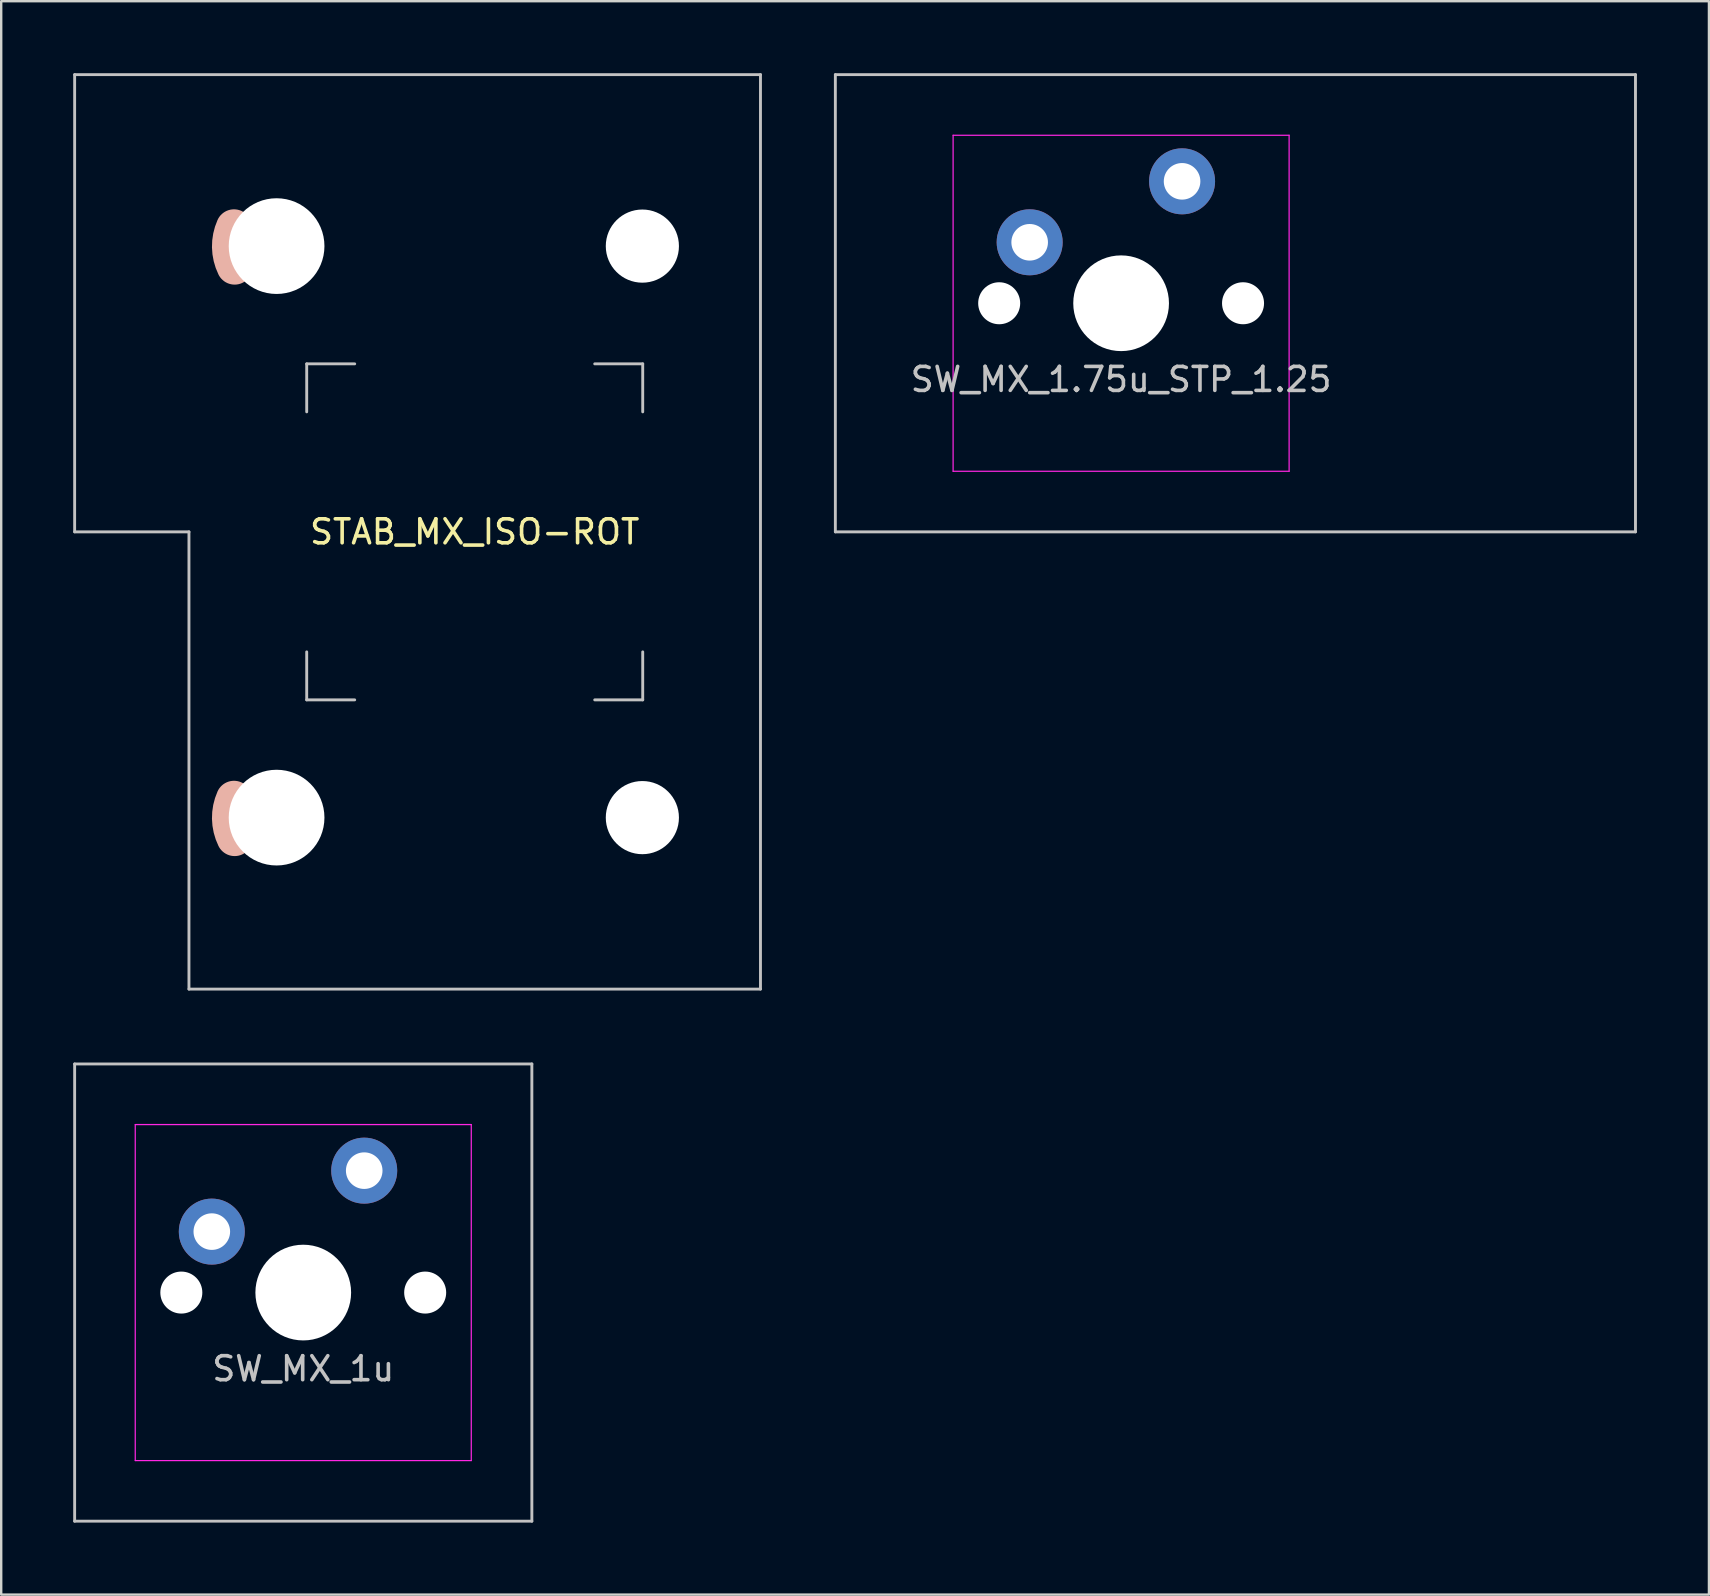
<source format=kicad_pcb>
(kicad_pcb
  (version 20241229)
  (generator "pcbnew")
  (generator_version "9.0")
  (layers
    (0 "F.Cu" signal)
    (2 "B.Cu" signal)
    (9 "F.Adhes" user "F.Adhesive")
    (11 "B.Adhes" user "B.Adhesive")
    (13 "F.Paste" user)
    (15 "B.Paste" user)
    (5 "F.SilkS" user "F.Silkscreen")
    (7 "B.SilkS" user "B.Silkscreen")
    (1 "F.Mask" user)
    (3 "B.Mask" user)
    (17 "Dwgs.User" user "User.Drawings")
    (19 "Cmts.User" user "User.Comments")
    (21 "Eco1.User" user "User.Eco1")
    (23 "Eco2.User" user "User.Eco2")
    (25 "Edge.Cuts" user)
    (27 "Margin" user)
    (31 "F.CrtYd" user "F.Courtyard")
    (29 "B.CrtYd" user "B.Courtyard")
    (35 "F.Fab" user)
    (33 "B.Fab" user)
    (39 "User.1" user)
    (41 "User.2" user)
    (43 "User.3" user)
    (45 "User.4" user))
  (footprint "STAB_MX_ISO-ROT"
    (layer "F.Cu")
    (at 16.729 19.11)
    (property "Reference" "STAB_MX_ISO-ROT" (at 0 0 0) (layer "F.SilkS") (effects (font (size 1 1) (thickness 0.15))))
    (attr through_hole exclude_from_pos_files exclude_from_bom)
    (fp_circle (center 6.985 -11.906) (end 8.485 -11.906) (stroke (width 1) (type solid)) (fill no) (layer "B.Mask"))
    (fp_circle (center 6.985 11.906) (end 8.485 11.906) (stroke (width 1) (type solid)) (fill no) (layer "B.Mask"))
    (fp_arc (start -10.002042 -11.051161) (mid -10.197561 -11.866911) (end -10.03001 -12.688861) (stroke (width 1.5) (type default)) (layer "B.SilkS"))
    (fp_arc (start -10.002042 12.758839) (mid -10.197561 11.943089) (end -10.03001 11.121139) (stroke (width 1.5) (type default)) (layer "B.SilkS"))
    (fp_line (start -16.669 -19.05) (end -16.669 0) (stroke (width 0.12) (type solid)) (layer "Dwgs.User"))
    (fp_line (start -16.669 0) (end -11.906 0) (stroke (width 0.12) (type solid)) (layer "Dwgs.User"))
    (fp_line (start -11.906 0) (end -11.906 19.05) (stroke (width 0.12) (type solid)) (layer "Dwgs.User"))
    (fp_line (start -11.906 19.05) (end 11.906 19.05) (stroke (width 0.12) (type solid)) (layer "Dwgs.User"))
    (fp_line (start -7 -7) (end -5 -7) (stroke (width 0.12) (type solid)) (layer "Dwgs.User"))
    (fp_line (start -7 -5) (end -7 -7) (stroke (width 0.12) (type solid)) (layer "Dwgs.User"))
    (fp_line (start -7 7) (end -7 5) (stroke (width 0.12) (type solid)) (layer "Dwgs.User"))
    (fp_line (start -5 7) (end -7 7) (stroke (width 0.12) (type solid)) (layer "Dwgs.User"))
    (fp_line (start 7 -7) (end 5 -7) (stroke (width 0.12) (type solid)) (layer "Dwgs.User"))
    (fp_line (start 7 -5) (end 7 -7) (stroke (width 0.12) (type solid)) (layer "Dwgs.User"))
    (fp_line (start 7 5) (end 7 7) (stroke (width 0.12) (type solid)) (layer "Dwgs.User"))
    (fp_line (start 7 7) (end 5 7) (stroke (width 0.12) (type solid)) (layer "Dwgs.User"))
    (fp_line (start 11.906 -19.05) (end -16.669 -19.05) (stroke (width 0.12) (type solid)) (layer "Dwgs.User"))
    (fp_line (start 11.906 19.05) (end 11.906 -19.05) (stroke (width 0.12) (type solid)) (layer "Dwgs.User"))
    (fp_line (start -8 -14.781) (end -8 -9.031) (stroke (width 0.05) (type solid)) (layer "Eco2.User"))
    (fp_line (start -8 9.031) (end -8 14.781) (stroke (width 0.05) (type solid)) (layer "Eco2.User"))
    (fp_line (start 5.5 -15.281) (end -7.5 -15.281) (stroke (width 0.05) (type solid)) (layer "Eco2.User"))
    (fp_line (start 5.5 -8.531) (end -7.5 -8.531) (stroke (width 0.05) (type solid)) (layer "Eco2.User"))
    (fp_line (start 5.5 8.531) (end -7.5 8.531) (stroke (width 0.05) (type solid)) (layer "Eco2.User"))
    (fp_line (start 5.5 15.28) (end -7.5 15.281) (stroke (width 0.05) (type solid)) (layer "Eco2.User"))
    (fp_line (start 6 -14.781) (end 6 -9.031) (stroke (width 0.05) (type solid)) (layer "Eco2.User"))
    (fp_line (start 6 9.031) (end 6 14.78) (stroke (width 0.05) (type solid)) (layer "Eco2.User"))
    (fp_arc (start -8.000001 -14.78125) (mid -7.853554 -15.134803) (end -7.500001 -15.28125) (stroke (width 0.05) (type solid)) (layer "Eco2.User"))
    (fp_arc (start -8.000001 9.03125) (mid -7.853554 8.677697) (end -7.500001 8.53125) (stroke (width 0.05) (type solid)) (layer "Eco2.User"))
    (fp_arc (start -7.500001 -8.53125) (mid -7.853554 -8.677697) (end -8.000001 -9.03125) (stroke (width 0.05) (type solid)) (layer "Eco2.User"))
    (fp_arc (start -7.500001 15.28125) (mid -7.853554 15.134803) (end -8.000001 14.78125) (stroke (width 0.05) (type solid)) (layer "Eco2.User"))
    (fp_arc (start 5.499999 -15.28125) (mid 5.853552 -15.134803) (end 5.999999 -14.78125) (stroke (width 0.05) (type solid)) (layer "Eco2.User"))
    (fp_arc (start 5.499999 8.53125) (mid 5.853552 8.677697) (end 5.999999 9.03125) (stroke (width 0.05) (type solid)) (layer "Eco2.User"))
    (fp_arc (start 5.999999 -9.03125) (mid 5.853552 -8.677697) (end 5.499999 -8.53125) (stroke (width 0.05) (type solid)) (layer "Eco2.User"))
    (fp_arc (start 5.999999 14.780039) (mid 5.853552 15.133592) (end 5.499999 15.280039) (stroke (width 0.05) (type solid)) (layer "Eco2.User"))
    (pad "" np_thru_hole circle (at -8.255 -11.906 270) (size 3.988 3.988) (drill 3.988) (layers "*.Cu" "*.Mask"))
    (pad "" np_thru_hole circle (at -8.255 11.906 270) (size 3.988 3.988) (drill 3.988) (layers "*.Cu" "*.Mask"))
    (pad "" np_thru_hole circle (at 6.985 -11.906 270) (size 3.048 3.048) (drill 3.048) (layers "*.Cu" "*.Mask"))
    (pad "" np_thru_hole circle (at 6.985 11.906 270) (size 3.048 3.048) (drill 3.048) (layers "*.Cu" "*.Mask"))
    (zone (net_name "") (layer "B.Cu") (hatch edge 0.5) (connect_pads) (min_thickness 0.25) (filled_areas_thickness no) (keepout (tracks allowed) (vias allowed) (pads allowed) (copperpour not_allowed) (footprints allowed)) (placement (enabled no)) (fill) (polygon (pts (xy 25.214 7.204) (xy 25.193 6.957) (xy 25.132 6.717) (xy 25.033 6.49) (xy 24.897 6.282) (xy 24.73 6.1) (xy 24.534 5.948) (xy 24.316 5.83) (xy 24.082 5.75) (xy 23.838 5.709) (xy 23.59 5.709) (xy 23.346 5.75) (xy 23.111 5.83) (xy 22.893 5.948) (xy 22.698 6.1) (xy 22.53 6.282) (xy 22.395 6.49) (xy 22.295 6.717) (xy 22.234 6.957) (xy 22.214 7.204) (xy 22.234 7.451) (xy 22.295 7.691) (xy 22.395 7.918) (xy 22.53 8.125) (xy 22.698 8.307) (xy 22.893 8.46) (xy 23.111 8.577) (xy 23.346 8.658) (xy 23.59 8.699) (xy 23.838 8.699) (xy 24.082 8.658) (xy 24.316 8.577) (xy 24.534 8.46) (xy 24.73 8.307) (xy 24.897 8.125) (xy 25.033 7.918) (xy 25.132 7.691) (xy 25.193 7.451))))
    (zone (net_name "") (layer "B.Cu") (hatch edge 0.5) (connect_pads) (min_thickness 0.25) (filled_areas_thickness no) (keepout (tracks allowed) (vias allowed) (pads allowed) (copperpour not_allowed) (footprints allowed)) (placement (enabled no)) (fill) (polygon (pts (xy 25.214 31.016) (xy 25.193 30.769) (xy 25.132 30.529) (xy 25.033 30.302) (xy 24.897 30.095) (xy 24.73 29.913) (xy 24.534 29.761) (xy 24.316 29.643) (xy 24.082 29.562) (xy 23.838 29.521) (xy 23.59 29.521) (xy 23.346 29.562) (xy 23.111 29.643) (xy 22.893 29.761) (xy 22.698 29.913) (xy 22.53 30.095) (xy 22.395 30.302) (xy 22.295 30.529) (xy 22.234 30.769) (xy 22.214 31.016) (xy 22.234 31.263) (xy 22.295 31.503) (xy 22.395 31.73) (xy 22.53 31.938) (xy 22.698 32.12) (xy 22.893 32.272) (xy 23.111 32.39) (xy 23.346 32.47) (xy 23.59 32.511) (xy 23.838 32.511) (xy 24.082 32.47) (xy 24.316 32.39) (xy 24.534 32.272) (xy 24.73 32.12) (xy 24.897 31.938) (xy 25.033 31.73) (xy 25.132 31.503) (xy 25.193 31.263))))
    (zone (net_name "") (layer "B.Cu") (hatch edge 0.5) (connect_pads) (min_thickness 0.25) (filled_areas_thickness no) (keepout (tracks allowed) (vias allowed) (pads allowed) (copperpour not_allowed) (footprints allowed)) (placement (enabled no)) (fill) (polygon (pts (xy 23.998 5.224) (xy 24.277 5.285) (xy 24.545 5.384) (xy 24.795 5.521) (xy 25.023 5.692) (xy 25.225 5.894) (xy 25.396 6.122) (xy 25.533 6.373) (xy 25.633 6.64) (xy 25.693 6.919) (xy 25.714 7.204) (xy 25.693 7.488) (xy 25.633 7.767) (xy 25.533 8.035) (xy 25.396 8.285) (xy 25.225 8.513) (xy 25.023 8.715) (xy 24.795 8.886) (xy 24.545 9.023) (xy 24.277 9.123) (xy 23.998 9.183) (xy 23.714 9.204) (xy 23.429 9.183) (xy 23.15 9.123) (xy 22.883 9.023) (xy 22.632 8.886) (xy 22.404 8.715) (xy 22.202 8.513) (xy 22.031 8.285) (xy 21.894 8.035) (xy 21.795 7.767) (xy 21.734 7.488) (xy 21.714 7.204) (xy 21.734 6.919) (xy 21.795 6.64) (xy 21.894 6.373) (xy 22.031 6.122) (xy 22.202 5.894) (xy 22.404 5.692) (xy 22.632 5.521) (xy 22.883 5.384) (xy 23.15 5.285) (xy 23.429 5.224) (xy 23.714 5.204))))
    (zone (net_name "") (layer "B.Cu") (hatch edge 0.5) (connect_pads) (min_thickness 0.25) (filled_areas_thickness no) (keepout (tracks allowed) (vias allowed) (pads allowed) (copperpour not_allowed) (footprints allowed)) (placement (enabled no)) (fill) (polygon (pts (xy 23.998 29.037) (xy 24.277 29.097) (xy 24.545 29.197) (xy 24.795 29.334) (xy 25.023 29.505) (xy 25.225 29.707) (xy 25.396 29.935) (xy 25.533 30.185) (xy 25.633 30.453) (xy 25.693 30.732) (xy 25.714 31.016) (xy 25.693 31.301) (xy 25.633 31.58) (xy 25.533 31.847) (xy 25.396 32.098) (xy 25.225 32.326) (xy 25.023 32.528) (xy 24.795 32.699) (xy 24.545 32.836) (xy 24.277 32.935) (xy 23.998 32.996) (xy 23.714 33.016) (xy 23.429 32.996) (xy 23.15 32.935) (xy 22.883 32.836) (xy 22.632 32.699) (xy 22.404 32.528) (xy 22.202 32.326) (xy 22.031 32.098) (xy 21.894 31.847) (xy 21.795 31.58) (xy 21.734 31.301) (xy 21.714 31.016) (xy 21.734 30.732) (xy 21.795 30.453) (xy 21.894 30.185) (xy 22.031 29.935) (xy 22.202 29.707) (xy 22.404 29.505) (xy 22.632 29.334) (xy 22.883 29.197) (xy 23.15 29.097) (xy 23.429 29.037) (xy 23.714 29.016)))))
  (footprint "SW_MX_1.75u_STP_1.25"
    (layer "F.Cu")
    (at 43.661 9.585)
    (property "Reference" "SW_MX_1.75u_STP_1.25" (at 0 3.175 0) (layer "Dwgs.User") (effects (font (size 1 1) (thickness 0.15))))
    (attr through_hole exclude_from_pos_files exclude_from_bom)
    (fp_line (start -11.906 -9.525) (end -11.906 9.525) (stroke (width 0.12) (type solid)) (layer "Dwgs.User"))
    (fp_line (start -11.906 9.525) (end 21.431 9.525) (stroke (width 0.12) (type solid)) (layer "Dwgs.User"))
    (fp_line (start 21.431 -9.525) (end -11.906 -9.525) (stroke (width 0.12) (type solid)) (layer "Dwgs.User"))
    (fp_line (start 21.431 9.525) (end 21.431 -9.525) (stroke (width 0.12) (type solid)) (layer "Dwgs.User"))
    (fp_line (start -7 6.5) (end -7 -6.5) (stroke (width 0.05) (type solid)) (layer "Eco2.User"))
    (fp_line (start -6.5 -7) (end 6.5 -7) (stroke (width 0.05) (type solid)) (layer "Eco2.User"))
    (fp_line (start 6.5 7) (end -6.5 7) (stroke (width 0.05) (type solid)) (layer "Eco2.User"))
    (fp_line (start 7 -6.5) (end 7 6.5) (stroke (width 0.05) (type solid)) (layer "Eco2.User"))
    (fp_arc (start -7 -6.5) (mid -6.853553 -6.853553) (end -6.5 -7) (stroke (width 0.05) (type solid)) (layer "Eco2.User"))
    (fp_arc (start -6.5 7) (mid -6.853553 6.853553) (end -7 6.5) (stroke (width 0.05) (type solid)) (layer "Eco2.User"))
    (fp_arc (start 6.5 -7) (mid 6.853553 -6.853553) (end 7 -6.5) (stroke (width 0.05) (type solid)) (layer "Eco2.User"))
    (fp_arc (start 6.997236 6.498884) (mid 6.850789 6.852437) (end 6.497236 6.998884) (stroke (width 0.05) (type solid)) (layer "Eco2.User"))
    (fp_line (start -7 -7) (end -7 7) (stroke (width 0.05) (type solid)) (layer "F.CrtYd"))
    (fp_line (start -7 7) (end 7 7) (stroke (width 0.05) (type solid)) (layer "F.CrtYd"))
    (fp_line (start 7 -7) (end -7 -7) (stroke (width 0.05) (type solid)) (layer "F.CrtYd"))
    (fp_line (start 7 7) (end 7 -7) (stroke (width 0.05) (type solid)) (layer "F.CrtYd"))
    (pad "" np_thru_hole circle (at -5.08 0) (size 1.75 1.75) (drill 1.75) (layers "*.Cu" "*.Mask"))
    (pad "" np_thru_hole circle (at 0 0) (size 3.988 3.988) (drill 3.988) (layers "*.Cu" "*.Mask"))
    (pad "" np_thru_hole circle (at 5.08 0) (size 1.75 1.75) (drill 1.75) (layers "*.Cu" "*.Mask"))
    (pad "1" thru_hole circle (at -3.81 -2.54) (size 2.75 2.75) (drill 1.524) (layers "*.Cu" "B.Mask"))
    (pad "2" thru_hole circle (at 2.54 -5.08) (size 2.75 2.75) (drill 1.524) (layers "*.Cu" "B.Mask")))
  (footprint "SW_MX_1u"
    (layer "F.Cu")
    (at 9.585 50.805)
    (property "Reference" "SW_MX_1u" (at 0 3.175 0) (layer "Dwgs.User") (effects (font (size 1 1) (thickness 0.15))))
    (attr through_hole exclude_from_pos_files exclude_from_bom)
    (fp_line (start -9.525 -9.525) (end -9.525 9.525) (stroke (width 0.12) (type solid)) (layer "Dwgs.User"))
    (fp_line (start -9.525 9.525) (end 9.525 9.525) (stroke (width 0.12) (type solid)) (layer "Dwgs.User"))
    (fp_line (start 9.525 -9.525) (end -9.525 -9.525) (stroke (width 0.12) (type solid)) (layer "Dwgs.User"))
    (fp_line (start 9.525 9.525) (end 9.525 -9.525) (stroke (width 0.12) (type solid)) (layer "Dwgs.User"))
    (fp_line (start -7 6.5) (end -7 -6.5) (stroke (width 0.05) (type solid)) (layer "Eco2.User"))
    (fp_line (start -6.5 -7) (end 6.5 -7) (stroke (width 0.05) (type solid)) (layer "Eco2.User"))
    (fp_line (start 6.5 7) (end -6.5 7) (stroke (width 0.05) (type solid)) (layer "Eco2.User"))
    (fp_line (start 7 -6.5) (end 7 6.5) (stroke (width 0.05) (type solid)) (layer "Eco2.User"))
    (fp_arc (start -7 -6.5) (mid -6.853553 -6.853553) (end -6.5 -7) (stroke (width 0.05) (type solid)) (layer "Eco2.User"))
    (fp_arc (start -6.5 7) (mid -6.853553 6.853553) (end -7 6.5) (stroke (width 0.05) (type solid)) (layer "Eco2.User"))
    (fp_arc (start 6.5 -7) (mid 6.853553 -6.853553) (end 7 -6.5) (stroke (width 0.05) (type solid)) (layer "Eco2.User"))
    (fp_arc (start 6.997236 6.498884) (mid 6.850789 6.852437) (end 6.497236 6.998884) (stroke (width 0.05) (type solid)) (layer "Eco2.User"))
    (fp_line (start -7 -7) (end -7 7) (stroke (width 0.05) (type solid)) (layer "F.CrtYd"))
    (fp_line (start -7 7) (end 7 7) (stroke (width 0.05) (type solid)) (layer "F.CrtYd"))
    (fp_line (start 7 -7) (end -7 -7) (stroke (width 0.05) (type solid)) (layer "F.CrtYd"))
    (fp_line (start 7 7) (end 7 -7) (stroke (width 0.05) (type solid)) (layer "F.CrtYd"))
    (pad "" np_thru_hole circle (at -5.08 0) (size 1.75 1.75) (drill 1.75) (layers "*.Cu" "*.Mask"))
    (pad "" np_thru_hole circle (at 0 0) (size 3.988 3.988) (drill 3.988) (layers "*.Cu" "*.Mask"))
    (pad "" np_thru_hole circle (at 5.08 0) (size 1.75 1.75) (drill 1.75) (layers "*.Cu" "*.Mask"))
    (pad "1" thru_hole circle (at -3.81 -2.54) (size 2.75 2.75) (drill 1.524) (layers "*.Cu" "B.Mask"))
    (pad "2" thru_hole circle (at 2.54 -5.08) (size 2.75 2.75) (drill 1.524) (layers "*.Cu" "B.Mask")))
  (gr_rect
    (start -3 -3)
    (end 68.153 63.39)
    (stroke (width 0.1) (type default))
    (fill no)
    (layer "Edge.Cuts")))
</source>
